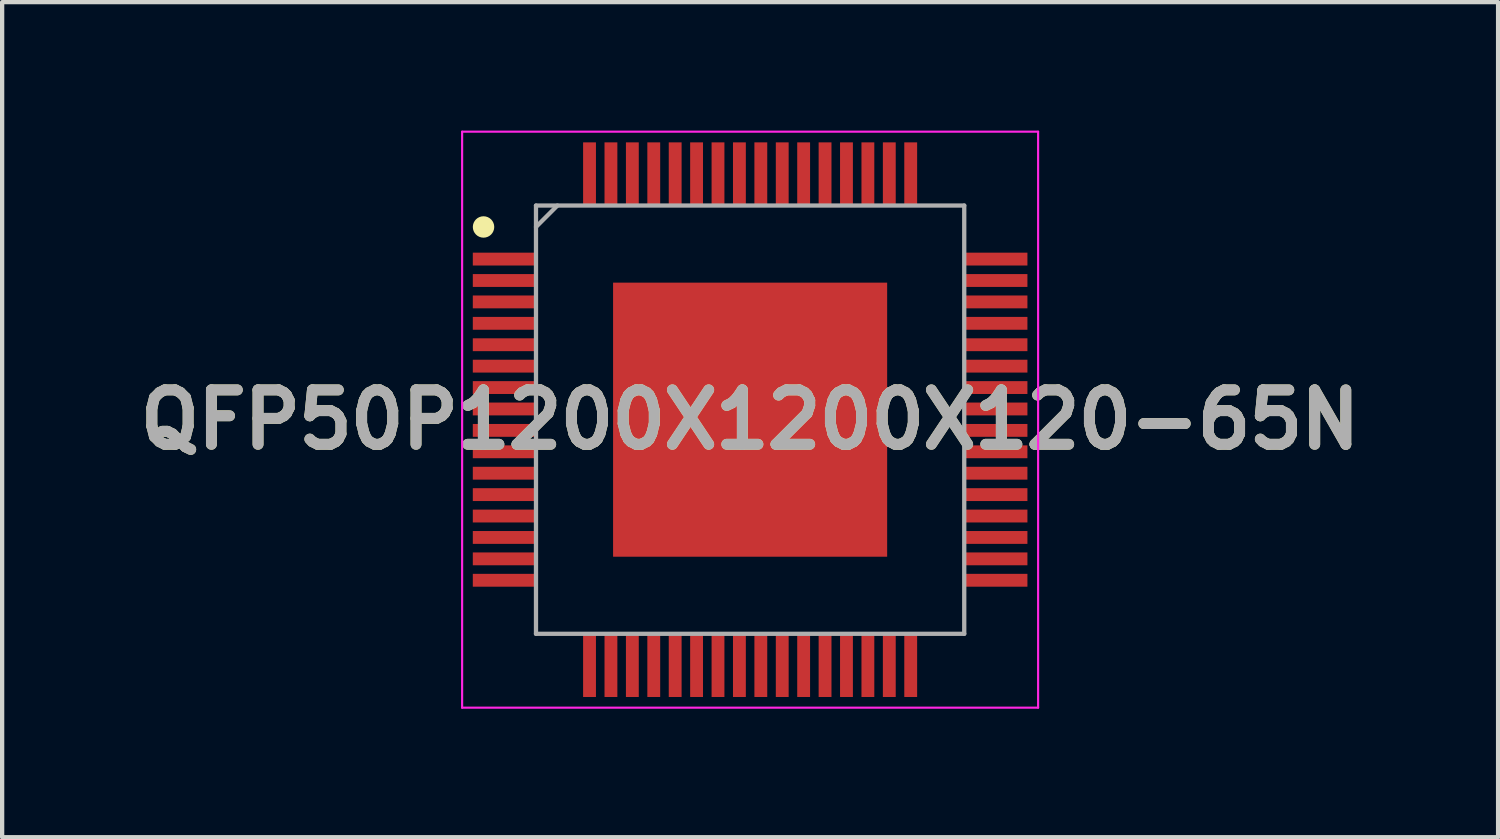
<source format=kicad_pcb>
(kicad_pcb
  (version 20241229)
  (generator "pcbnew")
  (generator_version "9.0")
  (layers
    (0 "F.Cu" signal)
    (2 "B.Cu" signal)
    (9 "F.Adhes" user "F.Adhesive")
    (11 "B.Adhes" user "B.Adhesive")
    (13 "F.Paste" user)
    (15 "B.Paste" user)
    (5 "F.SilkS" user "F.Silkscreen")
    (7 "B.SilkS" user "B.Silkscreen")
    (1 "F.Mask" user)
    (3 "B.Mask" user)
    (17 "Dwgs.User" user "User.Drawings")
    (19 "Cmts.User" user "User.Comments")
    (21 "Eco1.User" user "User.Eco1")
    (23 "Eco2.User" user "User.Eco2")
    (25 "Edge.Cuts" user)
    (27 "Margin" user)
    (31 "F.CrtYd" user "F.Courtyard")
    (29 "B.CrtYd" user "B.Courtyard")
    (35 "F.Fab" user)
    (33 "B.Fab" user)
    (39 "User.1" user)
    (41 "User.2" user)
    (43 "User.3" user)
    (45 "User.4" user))
  (footprint "QFP50P1200X1200X120-65N"
    (layer "F.Cu")
    (at 14.466 6.75)
    (property "Reference" "QFP50P1200X1200X120-65N" (at 0 0 0) (layer "F.SilkS") (effects (font (size 1.27 1.27) (thickness 0.254))))
    (attr smd)
    (fp_circle (center -6.225 -4.5) (end -6.225 -4.375) (stroke (width 0.25) (type solid)) (fill no) (layer "F.SilkS"))
    (fp_line (start -6.725 -6.725) (end 6.725 -6.725) (stroke (width 0.05) (type solid)) (layer "F.CrtYd"))
    (fp_line (start -6.725 6.725) (end -6.725 -6.725) (stroke (width 0.05) (type solid)) (layer "F.CrtYd"))
    (fp_line (start 6.725 -6.725) (end 6.725 6.725) (stroke (width 0.05) (type solid)) (layer "F.CrtYd"))
    (fp_line (start 6.725 6.725) (end -6.725 6.725) (stroke (width 0.05) (type solid)) (layer "F.CrtYd"))
    (fp_line (start -5 -5) (end 5 -5) (stroke (width 0.1) (type solid)) (layer "F.Fab"))
    (fp_line (start -5 -4.5) (end -4.5 -5) (stroke (width 0.1) (type solid)) (layer "F.Fab"))
    (fp_line (start -5 5) (end -5 -5) (stroke (width 0.1) (type solid)) (layer "F.Fab"))
    (fp_line (start 5 -5) (end 5 5) (stroke (width 0.1) (type solid)) (layer "F.Fab"))
    (fp_line (start 5 5) (end -5 5) (stroke (width 0.1) (type solid)) (layer "F.Fab"))
    (fp_text user "${REFERENCE}" (at 0 0 0) (layer "F.Fab") (effects (font (size 1.27 1.27) (thickness 0.254))))
    (pad "1" smd rect (at -5.738 -3.75 90) (size 0.3 1.475) (layers "F.Cu" "F.Mask" "F.Paste"))
    (pad "2" smd rect (at -5.738 -3.25 90) (size 0.3 1.475) (layers "F.Cu" "F.Mask" "F.Paste"))
    (pad "3" smd rect (at -5.738 -2.75 90) (size 0.3 1.475) (layers "F.Cu" "F.Mask" "F.Paste"))
    (pad "4" smd rect (at -5.738 -2.25 90) (size 0.3 1.475) (layers "F.Cu" "F.Mask" "F.Paste"))
    (pad "5" smd rect (at -5.738 -1.75 90) (size 0.3 1.475) (layers "F.Cu" "F.Mask" "F.Paste"))
    (pad "6" smd rect (at -5.738 -1.25 90) (size 0.3 1.475) (layers "F.Cu" "F.Mask" "F.Paste"))
    (pad "7" smd rect (at -5.738 -0.75 90) (size 0.3 1.475) (layers "F.Cu" "F.Mask" "F.Paste"))
    (pad "8" smd rect (at -5.738 -0.25 90) (size 0.3 1.475) (layers "F.Cu" "F.Mask" "F.Paste"))
    (pad "9" smd rect (at -5.738 0.25 90) (size 0.3 1.475) (layers "F.Cu" "F.Mask" "F.Paste"))
    (pad "10" smd rect (at -5.738 0.75 90) (size 0.3 1.475) (layers "F.Cu" "F.Mask" "F.Paste"))
    (pad "11" smd rect (at -5.738 1.25 90) (size 0.3 1.475) (layers "F.Cu" "F.Mask" "F.Paste"))
    (pad "12" smd rect (at -5.738 1.75 90) (size 0.3 1.475) (layers "F.Cu" "F.Mask" "F.Paste"))
    (pad "13" smd rect (at -5.738 2.25 90) (size 0.3 1.475) (layers "F.Cu" "F.Mask" "F.Paste"))
    (pad "14" smd rect (at -5.738 2.75 90) (size 0.3 1.475) (layers "F.Cu" "F.Mask" "F.Paste"))
    (pad "15" smd rect (at -5.738 3.25 90) (size 0.3 1.475) (layers "F.Cu" "F.Mask" "F.Paste"))
    (pad "16" smd rect (at -5.738 3.75 90) (size 0.3 1.475) (layers "F.Cu" "F.Mask" "F.Paste"))
    (pad "17" smd rect (at -3.75 5.738) (size 0.3 1.475) (layers "F.Cu" "F.Mask" "F.Paste"))
    (pad "18" smd rect (at -3.25 5.738) (size 0.3 1.475) (layers "F.Cu" "F.Mask" "F.Paste"))
    (pad "19" smd rect (at -2.75 5.738) (size 0.3 1.475) (layers "F.Cu" "F.Mask" "F.Paste"))
    (pad "20" smd rect (at -2.25 5.738) (size 0.3 1.475) (layers "F.Cu" "F.Mask" "F.Paste"))
    (pad "21" smd rect (at -1.75 5.738) (size 0.3 1.475) (layers "F.Cu" "F.Mask" "F.Paste"))
    (pad "22" smd rect (at -1.25 5.738) (size 0.3 1.475) (layers "F.Cu" "F.Mask" "F.Paste"))
    (pad "23" smd rect (at -0.75 5.738) (size 0.3 1.475) (layers "F.Cu" "F.Mask" "F.Paste"))
    (pad "24" smd rect (at -0.25 5.738) (size 0.3 1.475) (layers "F.Cu" "F.Mask" "F.Paste"))
    (pad "25" smd rect (at 0.25 5.738) (size 0.3 1.475) (layers "F.Cu" "F.Mask" "F.Paste"))
    (pad "26" smd rect (at 0.75 5.738) (size 0.3 1.475) (layers "F.Cu" "F.Mask" "F.Paste"))
    (pad "27" smd rect (at 1.25 5.738) (size 0.3 1.475) (layers "F.Cu" "F.Mask" "F.Paste"))
    (pad "28" smd rect (at 1.75 5.738) (size 0.3 1.475) (layers "F.Cu" "F.Mask" "F.Paste"))
    (pad "29" smd rect (at 2.25 5.738) (size 0.3 1.475) (layers "F.Cu" "F.Mask" "F.Paste"))
    (pad "30" smd rect (at 2.75 5.738) (size 0.3 1.475) (layers "F.Cu" "F.Mask" "F.Paste"))
    (pad "31" smd rect (at 3.25 5.738) (size 0.3 1.475) (layers "F.Cu" "F.Mask" "F.Paste"))
    (pad "32" smd rect (at 3.75 5.738) (size 0.3 1.475) (layers "F.Cu" "F.Mask" "F.Paste"))
    (pad "33" smd rect (at 5.738 3.75 90) (size 0.3 1.475) (layers "F.Cu" "F.Mask" "F.Paste"))
    (pad "34" smd rect (at 5.738 3.25 90) (size 0.3 1.475) (layers "F.Cu" "F.Mask" "F.Paste"))
    (pad "35" smd rect (at 5.738 2.75 90) (size 0.3 1.475) (layers "F.Cu" "F.Mask" "F.Paste"))
    (pad "36" smd rect (at 5.738 2.25 90) (size 0.3 1.475) (layers "F.Cu" "F.Mask" "F.Paste"))
    (pad "37" smd rect (at 5.738 1.75 90) (size 0.3 1.475) (layers "F.Cu" "F.Mask" "F.Paste"))
    (pad "38" smd rect (at 5.738 1.25 90) (size 0.3 1.475) (layers "F.Cu" "F.Mask" "F.Paste"))
    (pad "39" smd rect (at 5.738 0.75 90) (size 0.3 1.475) (layers "F.Cu" "F.Mask" "F.Paste"))
    (pad "40" smd rect (at 5.738 0.25 90) (size 0.3 1.475) (layers "F.Cu" "F.Mask" "F.Paste"))
    (pad "41" smd rect (at 5.738 -0.25 90) (size 0.3 1.475) (layers "F.Cu" "F.Mask" "F.Paste"))
    (pad "42" smd rect (at 5.738 -0.75 90) (size 0.3 1.475) (layers "F.Cu" "F.Mask" "F.Paste"))
    (pad "43" smd rect (at 5.738 -1.25 90) (size 0.3 1.475) (layers "F.Cu" "F.Mask" "F.Paste"))
    (pad "44" smd rect (at 5.738 -1.75 90) (size 0.3 1.475) (layers "F.Cu" "F.Mask" "F.Paste"))
    (pad "45" smd rect (at 5.738 -2.25 90) (size 0.3 1.475) (layers "F.Cu" "F.Mask" "F.Paste"))
    (pad "46" smd rect (at 5.738 -2.75 90) (size 0.3 1.475) (layers "F.Cu" "F.Mask" "F.Paste"))
    (pad "47" smd rect (at 5.738 -3.25 90) (size 0.3 1.475) (layers "F.Cu" "F.Mask" "F.Paste"))
    (pad "48" smd rect (at 5.738 -3.75 90) (size 0.3 1.475) (layers "F.Cu" "F.Mask" "F.Paste"))
    (pad "49" smd rect (at 3.75 -5.738) (size 0.3 1.475) (layers "F.Cu" "F.Mask" "F.Paste"))
    (pad "50" smd rect (at 3.25 -5.738) (size 0.3 1.475) (layers "F.Cu" "F.Mask" "F.Paste"))
    (pad "51" smd rect (at 2.75 -5.738) (size 0.3 1.475) (layers "F.Cu" "F.Mask" "F.Paste"))
    (pad "52" smd rect (at 2.25 -5.738) (size 0.3 1.475) (layers "F.Cu" "F.Mask" "F.Paste"))
    (pad "53" smd rect (at 1.75 -5.738) (size 0.3 1.475) (layers "F.Cu" "F.Mask" "F.Paste"))
    (pad "54" smd rect (at 1.25 -5.738) (size 0.3 1.475) (layers "F.Cu" "F.Mask" "F.Paste"))
    (pad "55" smd rect (at 0.75 -5.738) (size 0.3 1.475) (layers "F.Cu" "F.Mask" "F.Paste"))
    (pad "56" smd rect (at 0.25 -5.738) (size 0.3 1.475) (layers "F.Cu" "F.Mask" "F.Paste"))
    (pad "57" smd rect (at -0.25 -5.738) (size 0.3 1.475) (layers "F.Cu" "F.Mask" "F.Paste"))
    (pad "58" smd rect (at -0.75 -5.738) (size 0.3 1.475) (layers "F.Cu" "F.Mask" "F.Paste"))
    (pad "59" smd rect (at -1.25 -5.738) (size 0.3 1.475) (layers "F.Cu" "F.Mask" "F.Paste"))
    (pad "60" smd rect (at -1.75 -5.738) (size 0.3 1.475) (layers "F.Cu" "F.Mask" "F.Paste"))
    (pad "61" smd rect (at -2.25 -5.738) (size 0.3 1.475) (layers "F.Cu" "F.Mask" "F.Paste"))
    (pad "62" smd rect (at -2.75 -5.738) (size 0.3 1.475) (layers "F.Cu" "F.Mask" "F.Paste"))
    (pad "63" smd rect (at -3.25 -5.738) (size 0.3 1.475) (layers "F.Cu" "F.Mask" "F.Paste"))
    (pad "64" smd rect (at -3.75 -5.738) (size 0.3 1.475) (layers "F.Cu" "F.Mask" "F.Paste"))
    (pad "65" smd rect (at 0 0) (size 6.4 6.4) (layers "F.Cu" "F.Mask" "F.Paste")))
  (gr_rect
    (start -3 -3)
    (end 31.932 16.5)
    (stroke (width 0.1) (type default))
    (fill no)
    (layer "Edge.Cuts")))
</source>
